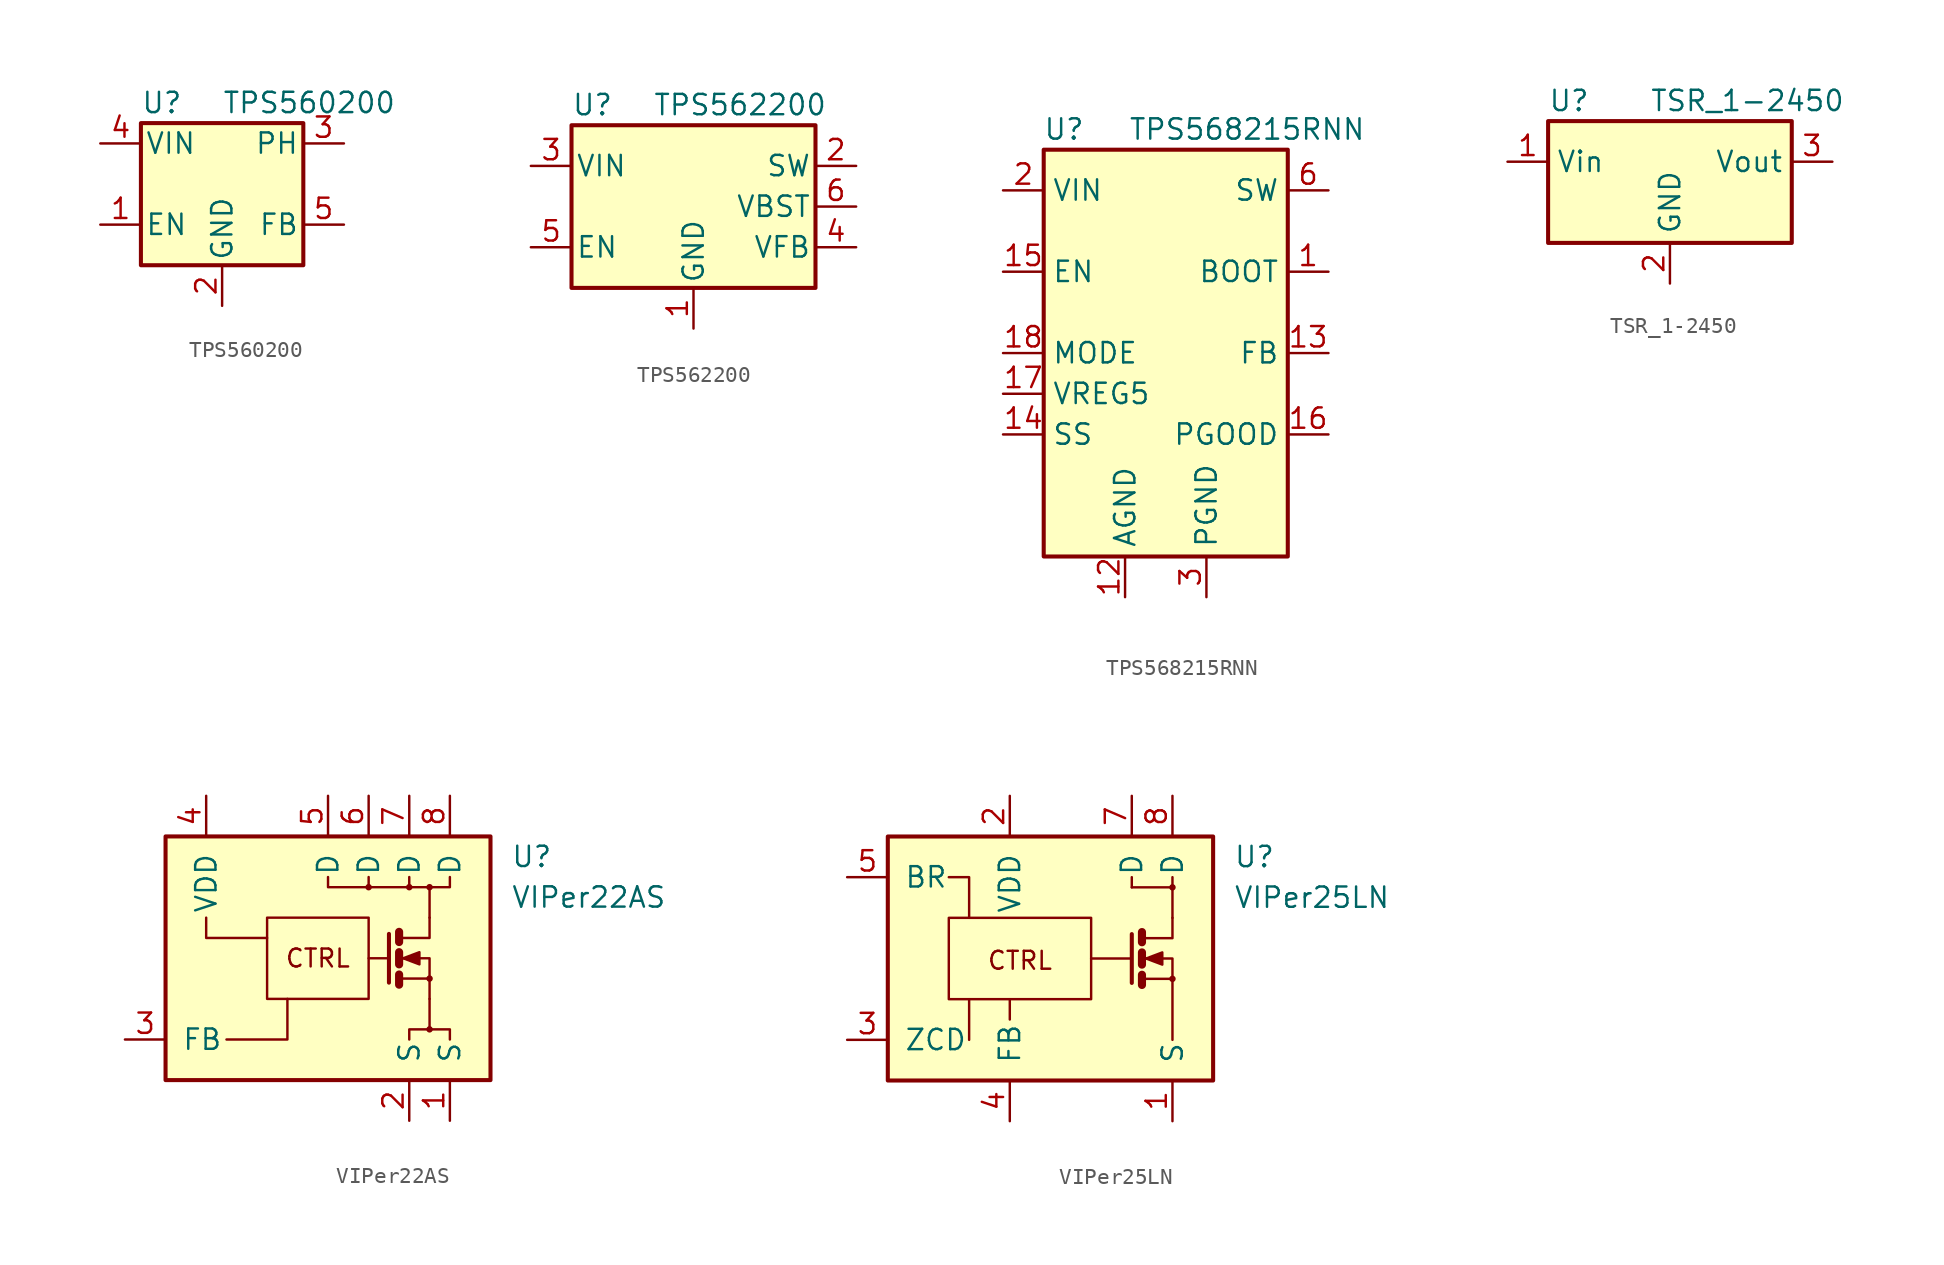
<source format=kicad_sym>
(kicad_symbol_lib
  (version 20201005)
  (generator kicad_symbol_editor)
  (symbol "TPS560200"
    (pin_names
      (offset 0.254))
    (property "Reference" "U"
      (at -5.08 5.08 0)
      (effects (font (size 1.27 1.27)) (justify left)))
    (property "Value" "TPS560200"
      (at 0 5.08 0)
      (effects (font (size 1.27 1.27)) (justify left)))
    (symbol "TPS560200_0_1"
      (rectangle (start -5.08 3.81) (end 5.08 -5.08) (stroke (width 0.254)) (fill (type background))))
    (symbol "TPS560200_1_1"
      (pin input line (at -7.62 -2.54 0) (length 2.54) (name "EN" (effects (font (size 1.27 1.27)))) (number "1" (effects (font (size 1.27 1.27)))))
      (pin power_in line (at 0 -7.62 90) (length 2.54) (name "GND" (effects (font (size 1.27 1.27)))) (number "2" (effects (font (size 1.27 1.27)))))
      (pin power_out line (at 7.62 2.54 180) (length 2.54) (name "PH" (effects (font (size 1.27 1.27)))) (number "3" (effects (font (size 1.27 1.27)))))
      (pin power_in line (at -7.62 2.54 0) (length 2.54) (name "VIN" (effects (font (size 1.27 1.27)))) (number "4" (effects (font (size 1.27 1.27)))))
      (pin input line (at 7.62 -2.54 180) (length 2.54) (name "FB" (effects (font (size 1.27 1.27)))) (number "5" (effects (font (size 1.27 1.27)))))))
  (symbol "TPS562200"
    (pin_names
      (offset 0.254))
    (property "Reference" "U"
      (at -7.62 6.35 0)
      (effects (font (size 1.27 1.27)) (justify left)))
    (property "Value" "TPS562200"
      (at -2.54 6.35 0)
      (effects (font (size 1.27 1.27)) (justify left)))
    (symbol "TPS562200_0_1"
      (rectangle (start -7.62 5.08) (end 7.62 -5.08) (stroke (width 0.254)) (fill (type background))))
    (symbol "TPS562200_1_1"
      (pin power_in line (at 0 -7.62 90) (length 2.54) (name "GND" (effects (font (size 1.27 1.27)))) (number "1" (effects (font (size 1.27 1.27)))))
      (pin output line (at 10.16 2.54 180) (length 2.54) (name "SW" (effects (font (size 1.27 1.27)))) (number "2" (effects (font (size 1.27 1.27)))))
      (pin power_in line (at -10.16 2.54 0) (length 2.54) (name "VIN" (effects (font (size 1.27 1.27)))) (number "3" (effects (font (size 1.27 1.27)))))
      (pin input line (at 10.16 -2.54 180) (length 2.54) (name "VFB" (effects (font (size 1.27 1.27)))) (number "4" (effects (font (size 1.27 1.27)))))
      (pin input line (at -10.16 -2.54 0) (length 2.54) (name "EN" (effects (font (size 1.27 1.27)))) (number "5" (effects (font (size 1.27 1.27)))))
      (pin input line (at 10.16 0 180) (length 2.54) (name "VBST" (effects (font (size 1.27 1.27)))) (number "6" (effects (font (size 1.27 1.27)))))))
  (symbol "TPS568215RNN"
    (property "Reference" "U"
      (at -6.35 13.97 0)
      (effects (font (size 1.27 1.27))))
    (property "Value" "TPS568215RNN"
      (at 5.08 13.97 0)
      (effects (font (size 1.27 1.27))))
    (symbol "TPS568215RNN_0_1"
      (rectangle (start -7.62 12.7) (end 7.62 -12.7) (stroke (width 0.254)) (fill (type background))))
    (symbol "TPS568215RNN_1_1"
      (pin passive line (at 10.16 5.08 180) (length 2.54) (name "BOOT" (effects (font (size 1.27 1.27)))) (number "1" (effects (font (size 1.27 1.27)))))
      (pin passive line (at 2.54 -15.24 90) (length 2.54) hide (name "PGND" (effects (font (size 1.27 1.27)))) (number "10" (effects (font (size 1.27 1.27)))))
      (pin passive line (at -10.16 10.16 0) (length 2.54) hide (name "VIN" (effects (font (size 1.27 1.27)))) (number "11" (effects (font (size 1.27 1.27)))))
      (pin power_in line (at -2.54 -15.24 90) (length 2.54) (name "AGND" (effects (font (size 1.27 1.27)))) (number "12" (effects (font (size 1.27 1.27)))))
      (pin input line (at 10.16 0 180) (length 2.54) (name "FB" (effects (font (size 1.27 1.27)))) (number "13" (effects (font (size 1.27 1.27)))))
      (pin passive line (at -10.16 -5.08 0) (length 2.54) (name "SS" (effects (font (size 1.27 1.27)))) (number "14" (effects (font (size 1.27 1.27)))))
      (pin input line (at -10.16 5.08 0) (length 2.54) (name "EN" (effects (font (size 1.27 1.27)))) (number "15" (effects (font (size 1.27 1.27)))))
      (pin open_collector line (at 10.16 -5.08 180) (length 2.54) (name "PGOOD" (effects (font (size 1.27 1.27)))) (number "16" (effects (font (size 1.27 1.27)))))
      (pin passive line (at -10.16 -2.54 0) (length 2.54) (name "VREG5" (effects (font (size 1.27 1.27)))) (number "17" (effects (font (size 1.27 1.27)))))
      (pin input line (at -10.16 0 0) (length 2.54) (name "MODE" (effects (font (size 1.27 1.27)))) (number "18" (effects (font (size 1.27 1.27)))))
      (pin power_in line (at -10.16 10.16 0) (length 2.54) (name "VIN" (effects (font (size 1.27 1.27)))) (number "2" (effects (font (size 1.27 1.27)))))
      (pin power_in line (at 2.54 -15.24 90) (length 2.54) (name "PGND" (effects (font (size 1.27 1.27)))) (number "3" (effects (font (size 1.27 1.27)))))
      (pin passive line (at 2.54 -15.24 90) (length 2.54) hide (name "PGND" (effects (font (size 1.27 1.27)))) (number "4" (effects (font (size 1.27 1.27)))))
      (pin passive line (at 2.54 -15.24 90) (length 2.54) hide (name "PGND" (effects (font (size 1.27 1.27)))) (number "5" (effects (font (size 1.27 1.27)))))
      (pin power_out line (at 10.16 10.16 180) (length 2.54) (name "SW" (effects (font (size 1.27 1.27)))) (number "6" (effects (font (size 1.27 1.27)))))
      (pin passive line (at 10.16 10.16 180) (length 2.54) hide (name "SW" (effects (font (size 1.27 1.27)))) (number "7" (effects (font (size 1.27 1.27)))))
      (pin passive line (at 2.54 -15.24 90) (length 2.54) hide (name "PGND" (effects (font (size 1.27 1.27)))) (number "8" (effects (font (size 1.27 1.27)))))
      (pin passive line (at 2.54 -15.24 90) (length 2.54) hide (name "PGND" (effects (font (size 1.27 1.27)))) (number "9" (effects (font (size 1.27 1.27)))))))
  (symbol "TSR_1-2450"
    (property "Reference" "U"
      (at -7.62 6.35 0)
      (effects (font (size 1.27 1.27)) (justify left)))
    (property "Value" "TSR_1-2450"
      (at -1.27 6.35 0)
      (effects (font (size 1.27 1.27)) (justify left)))
    (symbol "TSR_1-2450_0_1"
      (rectangle (start -7.62 5.08) (end 7.62 -2.54) (stroke (width 0.254)) (fill (type background))))
    (symbol "TSR_1-2450_1_1"
      (pin power_in line (at -10.16 2.54 0) (length 2.54) (name "Vin" (effects (font (size 1.27 1.27)))) (number "1" (effects (font (size 1.27 1.27)))))
      (pin power_in line (at 0 -5.08 90) (length 2.54) (name "GND" (effects (font (size 1.27 1.27)))) (number "2" (effects (font (size 1.27 1.27)))))
      (pin power_out line (at 10.16 2.54 180) (length 2.54) (name "Vout" (effects (font (size 1.27 1.27)))) (number "3" (effects (font (size 1.27 1.27)))))))
  (symbol "VIPer22AS"
    (pin_names
      (offset 1.016))
    (property "Reference" "U"
      (at 11.43 6.35 0)
      (effects (font (size 1.27 1.27)) (justify left)))
    (property "Value" "VIPer22AS"
      (at 11.43 3.81 0)
      (effects (font (size 1.27 1.27)) (justify left)))
    (symbol "VIPer22AS_0_0"
      (circle (center 2.54 4.445) (radius 0.127) (stroke (width 0)) (fill (type none)))
      (circle (center 5.08 4.445) (radius 0.127) (stroke (width 0)) (fill (type none)))
      (circle (center 6.35 -4.445) (radius 0.127) (stroke (width 0)) (fill (type none)))
      (circle (center 6.35 -1.27) (radius 0.127) (stroke (width 0)) (fill (type none)))
      (circle (center 6.35 4.445) (radius 0.127) (stroke (width 0)) (fill (type none)))
      (text "CTRL" (at -0.635 0 0) (effects (font (size 1.118 1.118))))
      (rectangle (start -10.16 7.62) (end 10.16 -7.62) (stroke (width 0.254)) (fill (type background)))
      (polyline (pts (xy 2.54 5.08) (xy 2.54 4.445)) (stroke (width 0)) (fill (type none)))
      (polyline (pts (xy 5.08 5.08) (xy 5.08 4.445)) (stroke (width 0)) (fill (type none)))
      (polyline (pts (xy 6.35 -2.54) (xy 6.35 -4.445)) (stroke (width 0)) (fill (type none)))
      (polyline (pts (xy 6.35 2.54) (xy 6.35 4.445)) (stroke (width 0)) (fill (type none)))
      (polyline (pts (xy 0 5.08) (xy 0 4.445) (xy 7.62 4.445) (xy 7.62 5.08)) (stroke (width 0)) (fill (type none)))
      (polyline (pts (xy 5.08 -5.08) (xy 5.08 -4.445) (xy 7.62 -4.445) (xy 7.62 -5.08)) (stroke (width 0)) (fill (type none))))
    (symbol "VIPer22AS_0_1"
      (rectangle (start -3.81 2.54) (end 2.54 -2.54) (stroke (width 0)) (fill (type none)))
      (polyline (pts (xy 3.81 0) (xy 2.54 0)) (stroke (width 0)) (fill (type none)))
      (polyline (pts (xy 4.445 -1.016) (xy 4.445 -1.651)) (stroke (width 0.508)) (fill (type none)))
      (polyline (pts (xy 4.445 0.381) (xy 4.445 -0.381)) (stroke (width 0.508)) (fill (type none)))
      (polyline (pts (xy 4.445 1.651) (xy 4.445 1.016)) (stroke (width 0.508)) (fill (type none)))
      (polyline (pts (xy -7.62 2.54) (xy -7.62 1.27) (xy -3.81 1.27)) (stroke (width 0)) (fill (type none)))
      (polyline (pts (xy -6.35 -5.08) (xy -2.54 -5.08) (xy -2.54 -2.54)) (stroke (width 0)) (fill (type none)))
      (polyline (pts (xy 3.81 1.524) (xy 3.81 -1.524) (xy 3.81 -1.524)) (stroke (width 0.254)) (fill (type none)))
      (polyline (pts (xy 4.572 -1.27) (xy 6.35 -1.27) (xy 6.35 -2.54) (xy 6.35 -2.54)) (stroke (width 0)) (fill (type none)))
      (polyline (pts (xy 4.572 1.27) (xy 6.35 1.27) (xy 6.35 2.54) (xy 6.35 2.54)) (stroke (width 0)) (fill (type none)))
      (polyline (pts (xy 4.572 0) (xy 5.08 0) (xy 6.35 0) (xy 6.35 -1.27) (xy 6.35 -1.27)) (stroke (width 0)) (fill (type none)))
      (polyline (pts (xy 4.699 0) (xy 5.715 0.381) (xy 5.715 -0.381) (xy 4.699 0) (xy 4.826 0) (xy 4.826 0)) (stroke (width 0)) (fill (type outline))))
    (symbol "VIPer22AS_1_1"
      (pin passive line (at 7.62 -10.16 90) (length 2.54) (name "S" (effects (font (size 1.27 1.27)))) (number "1" (effects (font (size 1.27 1.27)))))
      (pin passive line (at 5.08 -10.16 90) (length 2.54) (name "S" (effects (font (size 1.27 1.27)))) (number "2" (effects (font (size 1.27 1.27)))))
      (pin input line (at -12.7 -5.08 0) (length 2.54) (name "FB" (effects (font (size 1.27 1.27)))) (number "3" (effects (font (size 1.27 1.27)))))
      (pin power_in line (at -7.62 10.16 270) (length 2.54) (name "VDD" (effects (font (size 1.27 1.27)))) (number "4" (effects (font (size 1.27 1.27)))))
      (pin passive line (at 0 10.16 270) (length 2.54) (name "D" (effects (font (size 1.27 1.27)))) (number "5" (effects (font (size 1.27 1.27)))))
      (pin passive line (at 2.54 10.16 270) (length 2.54) (name "D" (effects (font (size 1.27 1.27)))) (number "6" (effects (font (size 1.27 1.27)))))
      (pin passive line (at 5.08 10.16 270) (length 2.54) (name "D" (effects (font (size 1.27 1.27)))) (number "7" (effects (font (size 1.27 1.27)))))
      (pin passive line (at 7.62 10.16 270) (length 2.54) (name "D" (effects (font (size 1.27 1.27)))) (number "8" (effects (font (size 1.27 1.27)))))))
  (symbol "VIPer25LN"
    (pin_names
      (offset 1.016))
    (property "Reference" "U"
      (at 11.43 6.35 0)
      (effects (font (size 1.27 1.27)) (justify left)))
    (property "Value" "VIPer25LN"
      (at 11.43 3.81 0)
      (effects (font (size 1.27 1.27)) (justify left)))
    (symbol "VIPer25LN_0_0"
      (circle (center 7.62 -1.27) (radius 0.127) (stroke (width 0)) (fill (type none)))
      (circle (center 7.62 4.445) (radius 0.127) (stroke (width 0)) (fill (type none)))
      (text "CTRL" (at -1.905 -0.127 0) (effects (font (size 1.118 1.118))))
      (rectangle (start -10.16 7.62) (end 10.16 -7.62) (stroke (width 0.254)) (fill (type background)))
      (polyline (pts (xy -5.08 -2.54) (xy -5.08 -5.08)) (stroke (width 0)) (fill (type none)))
      (polyline (pts (xy 5.08 5.08) (xy 5.08 4.445)) (stroke (width 0)) (fill (type none)))
      (polyline (pts (xy 7.62 2.54) (xy 7.62 4.445)) (stroke (width 0)) (fill (type none)))
      (polyline (pts (xy -6.35 5.08) (xy -5.08 5.08) (xy -5.08 2.54)) (stroke (width 0)) (fill (type none))))
    (symbol "VIPer25LN_0_1"
      (rectangle (start -6.35 -2.54) (end 2.54 2.54) (stroke (width 0)) (fill (type none)))
      (polyline (pts (xy -2.54 -3.81) (xy -2.54 -2.54)) (stroke (width 0)) (fill (type none)))
      (polyline (pts (xy 5.08 0) (xy 2.54 0)) (stroke (width 0)) (fill (type none)))
      (polyline (pts (xy 5.715 -1.27) (xy 7.62 -1.27)) (stroke (width 0)) (fill (type none)))
      (polyline (pts (xy 5.715 -1.016) (xy 5.715 -1.651)) (stroke (width 0.508)) (fill (type none)))
      (polyline (pts (xy 5.715 0.381) (xy 5.715 -0.381)) (stroke (width 0.508)) (fill (type none)))
      (polyline (pts (xy 5.715 1.651) (xy 5.715 1.016)) (stroke (width 0.508)) (fill (type none)))
      (polyline (pts (xy 5.08 1.524) (xy 5.08 -1.524) (xy 5.08 -1.524)) (stroke (width 0.254)) (fill (type none)))
      (polyline (pts (xy 5.08 4.445) (xy 7.62 4.445) (xy 7.62 5.08)) (stroke (width 0)) (fill (type none)))
      (polyline (pts (xy 7.62 -1.27) (xy 7.62 -5.08) (xy 7.62 -3.048)) (stroke (width 0)) (fill (type none)))
      (polyline (pts (xy 5.842 1.27) (xy 7.62 1.27) (xy 7.62 2.54) (xy 7.62 2.54)) (stroke (width 0)) (fill (type none)))
      (polyline (pts (xy 5.842 0) (xy 6.35 0) (xy 7.62 0) (xy 7.62 -1.27) (xy 7.62 -1.27)) (stroke (width 0)) (fill (type none)))
      (polyline (pts (xy 5.969 0) (xy 6.985 0.381) (xy 6.985 -0.381) (xy 5.969 0) (xy 6.096 0) (xy 6.096 0)) (stroke (width 0)) (fill (type outline))))
    (symbol "VIPer25LN_1_1"
      (pin passive line (at 7.62 -10.16 90) (length 2.54) (name "S" (effects (font (size 1.27 1.27)))) (number "1" (effects (font (size 1.27 1.27)))))
      (pin power_in line (at -2.54 10.16 270) (length 2.54) (name "VDD" (effects (font (size 1.27 1.27)))) (number "2" (effects (font (size 1.27 1.27)))))
      (pin input line (at -12.7 -5.08 0) (length 2.54) (name "ZCD" (effects (font (size 1.27 1.27)))) (number "3" (effects (font (size 1.27 1.27)))))
      (pin input line (at -2.54 -10.16 90) (length 2.54) (name "FB" (effects (font (size 1.27 1.27)))) (number "4" (effects (font (size 1.27 1.27)))))
      (pin input line (at -12.7 5.08 0) (length 2.54) (name "BR" (effects (font (size 1.27 1.27)))) (number "5" (effects (font (size 1.27 1.27)))))
      (pin passive line (at 5.08 10.16 270) (length 2.54) (name "D" (effects (font (size 1.27 1.27)))) (number "7" (effects (font (size 1.27 1.27)))))
      (pin passive line (at 7.62 10.16 270) (length 2.54) (name "D" (effects (font (size 1.27 1.27)))) (number "8" (effects (font (size 1.27 1.27))))))))
</source>
